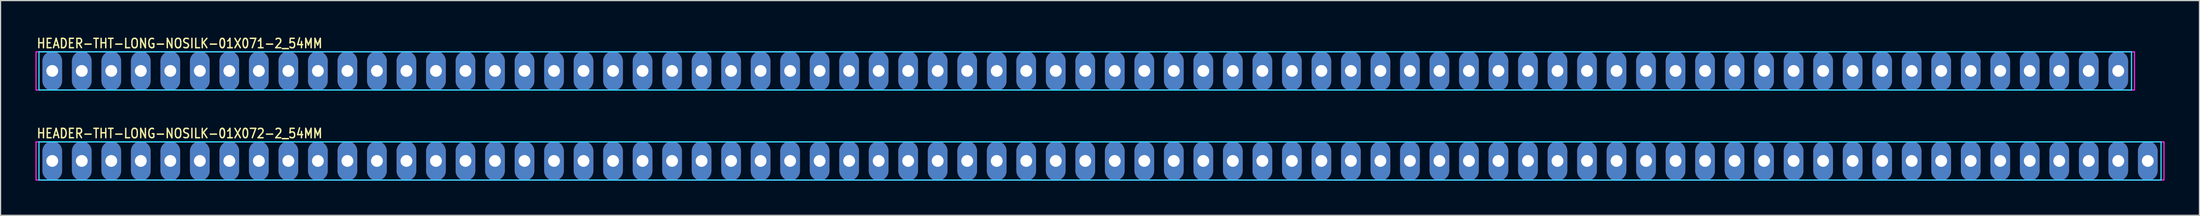
<source format=kicad_pcb>
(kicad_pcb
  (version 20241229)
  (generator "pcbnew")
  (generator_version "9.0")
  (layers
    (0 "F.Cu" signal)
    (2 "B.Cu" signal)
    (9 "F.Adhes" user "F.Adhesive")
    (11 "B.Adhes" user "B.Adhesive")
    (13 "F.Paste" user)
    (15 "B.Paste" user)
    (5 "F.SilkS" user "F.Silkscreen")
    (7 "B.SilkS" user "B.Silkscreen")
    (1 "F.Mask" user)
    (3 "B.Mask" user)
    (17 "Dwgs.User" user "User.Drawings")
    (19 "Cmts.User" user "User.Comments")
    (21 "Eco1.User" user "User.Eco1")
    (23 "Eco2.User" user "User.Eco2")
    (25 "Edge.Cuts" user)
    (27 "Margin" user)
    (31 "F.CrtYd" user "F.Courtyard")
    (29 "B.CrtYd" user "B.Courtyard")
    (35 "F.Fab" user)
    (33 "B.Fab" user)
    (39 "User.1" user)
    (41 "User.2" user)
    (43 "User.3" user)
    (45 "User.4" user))
  (footprint "HEADER-THT-LONG-NOSILK-01X072-2_54MM"
    (layer "F.Cu")
    (at 1.447 10.858)
    (property "Reference" "HEADER-THT-LONG-NOSILK-01X072-2_54MM" (at -1.4 -1.9 0) (unlocked yes) (layer "F.SilkS") (effects (font (size 0.813 0.695) (thickness 0.122)) (justify left bottom)))
    (fp_poly (pts (xy -1.143 -1.651) (xy 181.483 -1.651) (xy 181.483 1.651) (xy -1.143 1.651)) (stroke (width 0.1) (type solid)) (fill no) (layer "B.CrtYd"))
    (fp_poly (pts (xy -1.397 -1.651) (xy 181.737 -1.651) (xy 181.737 1.651) (xy -1.397 1.651)) (stroke (width 0.1) (type solid)) (fill no) (layer "F.CrtYd"))
    (pad "1" thru_hole oval (at 0 0 90) (size 3.387 1.693) (drill 1.016) (layers "*.Cu" "*.Mask"))
    (pad "2" thru_hole oval (at 2.54 0 90) (size 3.387 1.693) (drill 1.016) (layers "*.Cu" "*.Mask"))
    (pad "3" thru_hole oval (at 5.08 0 90) (size 3.387 1.693) (drill 1.016) (layers "*.Cu" "*.Mask"))
    (pad "4" thru_hole oval (at 7.62 0 90) (size 3.387 1.693) (drill 1.016) (layers "*.Cu" "*.Mask"))
    (pad "5" thru_hole oval (at 10.16 0 90) (size 3.387 1.693) (drill 1.016) (layers "*.Cu" "*.Mask"))
    (pad "6" thru_hole oval (at 12.7 0 90) (size 3.387 1.693) (drill 1.016) (layers "*.Cu" "*.Mask"))
    (pad "7" thru_hole oval (at 15.24 0 90) (size 3.387 1.693) (drill 1.016) (layers "*.Cu" "*.Mask"))
    (pad "8" thru_hole oval (at 17.78 0 90) (size 3.387 1.693) (drill 1.016) (layers "*.Cu" "*.Mask"))
    (pad "9" thru_hole oval (at 20.32 0 90) (size 3.387 1.693) (drill 1.016) (layers "*.Cu" "*.Mask"))
    (pad "10" thru_hole oval (at 22.86 0 90) (size 3.387 1.693) (drill 1.016) (layers "*.Cu" "*.Mask"))
    (pad "11" thru_hole oval (at 25.4 0 90) (size 3.387 1.693) (drill 1.016) (layers "*.Cu" "*.Mask"))
    (pad "12" thru_hole oval (at 27.94 0 90) (size 3.387 1.693) (drill 1.016) (layers "*.Cu" "*.Mask"))
    (pad "13" thru_hole oval (at 30.48 0 90) (size 3.387 1.693) (drill 1.016) (layers "*.Cu" "*.Mask"))
    (pad "14" thru_hole oval (at 33.02 0 90) (size 3.387 1.693) (drill 1.016) (layers "*.Cu" "*.Mask"))
    (pad "15" thru_hole oval (at 35.56 0 90) (size 3.387 1.693) (drill 1.016) (layers "*.Cu" "*.Mask"))
    (pad "16" thru_hole oval (at 38.1 0 90) (size 3.387 1.693) (drill 1.016) (layers "*.Cu" "*.Mask"))
    (pad "17" thru_hole oval (at 40.64 0 90) (size 3.387 1.693) (drill 1.016) (layers "*.Cu" "*.Mask"))
    (pad "18" thru_hole oval (at 43.18 0 90) (size 3.387 1.693) (drill 1.016) (layers "*.Cu" "*.Mask"))
    (pad "19" thru_hole oval (at 45.72 0 90) (size 3.387 1.693) (drill 1.016) (layers "*.Cu" "*.Mask"))
    (pad "20" thru_hole oval (at 48.26 0 90) (size 3.387 1.693) (drill 1.016) (layers "*.Cu" "*.Mask"))
    (pad "21" thru_hole oval (at 50.8 0 90) (size 3.387 1.693) (drill 1.016) (layers "*.Cu" "*.Mask"))
    (pad "22" thru_hole oval (at 53.34 0 90) (size 3.387 1.693) (drill 1.016) (layers "*.Cu" "*.Mask"))
    (pad "23" thru_hole oval (at 55.88 0 90) (size 3.387 1.693) (drill 1.016) (layers "*.Cu" "*.Mask"))
    (pad "24" thru_hole oval (at 58.42 0 90) (size 3.387 1.693) (drill 1.016) (layers "*.Cu" "*.Mask"))
    (pad "25" thru_hole oval (at 60.96 0 90) (size 3.387 1.693) (drill 1.016) (layers "*.Cu" "*.Mask"))
    (pad "26" thru_hole oval (at 63.5 0 90) (size 3.387 1.693) (drill 1.016) (layers "*.Cu" "*.Mask"))
    (pad "27" thru_hole oval (at 66.04 0 90) (size 3.387 1.693) (drill 1.016) (layers "*.Cu" "*.Mask"))
    (pad "28" thru_hole oval (at 68.58 0 90) (size 3.387 1.693) (drill 1.016) (layers "*.Cu" "*.Mask"))
    (pad "29" thru_hole oval (at 71.12 0 90) (size 3.387 1.693) (drill 1.016) (layers "*.Cu" "*.Mask"))
    (pad "30" thru_hole oval (at 73.66 0 90) (size 3.387 1.693) (drill 1.016) (layers "*.Cu" "*.Mask"))
    (pad "31" thru_hole oval (at 76.2 0 90) (size 3.387 1.693) (drill 1.016) (layers "*.Cu" "*.Mask"))
    (pad "32" thru_hole oval (at 78.74 0 90) (size 3.387 1.693) (drill 1.016) (layers "*.Cu" "*.Mask"))
    (pad "33" thru_hole oval (at 81.28 0 90) (size 3.387 1.693) (drill 1.016) (layers "*.Cu" "*.Mask"))
    (pad "34" thru_hole oval (at 83.82 0 90) (size 3.387 1.693) (drill 1.016) (layers "*.Cu" "*.Mask"))
    (pad "35" thru_hole oval (at 86.36 0 90) (size 3.387 1.693) (drill 1.016) (layers "*.Cu" "*.Mask"))
    (pad "36" thru_hole oval (at 88.9 0 90) (size 3.387 1.693) (drill 1.016) (layers "*.Cu" "*.Mask"))
    (pad "37" thru_hole oval (at 91.44 0 90) (size 3.387 1.693) (drill 1.016) (layers "*.Cu" "*.Mask"))
    (pad "38" thru_hole oval (at 93.98 0 90) (size 3.387 1.693) (drill 1.016) (layers "*.Cu" "*.Mask"))
    (pad "39" thru_hole oval (at 96.52 0 90) (size 3.387 1.693) (drill 1.016) (layers "*.Cu" "*.Mask"))
    (pad "40" thru_hole oval (at 99.06 0 90) (size 3.387 1.693) (drill 1.016) (layers "*.Cu" "*.Mask"))
    (pad "41" thru_hole oval (at 101.6 0 90) (size 3.387 1.693) (drill 1.016) (layers "*.Cu" "*.Mask"))
    (pad "42" thru_hole oval (at 104.14 0 90) (size 3.387 1.693) (drill 1.016) (layers "*.Cu" "*.Mask"))
    (pad "43" thru_hole oval (at 106.68 0 90) (size 3.387 1.693) (drill 1.016) (layers "*.Cu" "*.Mask"))
    (pad "44" thru_hole oval (at 109.22 0 90) (size 3.387 1.693) (drill 1.016) (layers "*.Cu" "*.Mask"))
    (pad "45" thru_hole oval (at 111.76 0 90) (size 3.387 1.693) (drill 1.016) (layers "*.Cu" "*.Mask"))
    (pad "46" thru_hole oval (at 114.3 0 90) (size 3.387 1.693) (drill 1.016) (layers "*.Cu" "*.Mask"))
    (pad "47" thru_hole oval (at 116.84 0 90) (size 3.387 1.693) (drill 1.016) (layers "*.Cu" "*.Mask"))
    (pad "48" thru_hole oval (at 119.38 0 90) (size 3.387 1.693) (drill 1.016) (layers "*.Cu" "*.Mask"))
    (pad "49" thru_hole oval (at 121.92 0 90) (size 3.387 1.693) (drill 1.016) (layers "*.Cu" "*.Mask"))
    (pad "50" thru_hole oval (at 124.46 0 90) (size 3.387 1.693) (drill 1.016) (layers "*.Cu" "*.Mask"))
    (pad "51" thru_hole oval (at 127 0 90) (size 3.387 1.693) (drill 1.016) (layers "*.Cu" "*.Mask"))
    (pad "52" thru_hole oval (at 129.54 0 90) (size 3.387 1.693) (drill 1.016) (layers "*.Cu" "*.Mask"))
    (pad "53" thru_hole oval (at 132.08 0 90) (size 3.387 1.693) (drill 1.016) (layers "*.Cu" "*.Mask"))
    (pad "54" thru_hole oval (at 134.62 0 90) (size 3.387 1.693) (drill 1.016) (layers "*.Cu" "*.Mask"))
    (pad "55" thru_hole oval (at 137.16 0 90) (size 3.387 1.693) (drill 1.016) (layers "*.Cu" "*.Mask"))
    (pad "56" thru_hole oval (at 139.7 0 90) (size 3.387 1.693) (drill 1.016) (layers "*.Cu" "*.Mask"))
    (pad "57" thru_hole oval (at 142.24 0 90) (size 3.387 1.693) (drill 1.016) (layers "*.Cu" "*.Mask"))
    (pad "58" thru_hole oval (at 144.78 0 90) (size 3.387 1.693) (drill 1.016) (layers "*.Cu" "*.Mask"))
    (pad "59" thru_hole oval (at 147.32 0 90) (size 3.387 1.693) (drill 1.016) (layers "*.Cu" "*.Mask"))
    (pad "60" thru_hole oval (at 149.86 0 90) (size 3.387 1.693) (drill 1.016) (layers "*.Cu" "*.Mask"))
    (pad "61" thru_hole oval (at 152.4 0 90) (size 3.387 1.693) (drill 1.016) (layers "*.Cu" "*.Mask"))
    (pad "62" thru_hole oval (at 154.94 0 90) (size 3.387 1.693) (drill 1.016) (layers "*.Cu" "*.Mask"))
    (pad "63" thru_hole oval (at 157.48 0 90) (size 3.387 1.693) (drill 1.016) (layers "*.Cu" "*.Mask"))
    (pad "64" thru_hole oval (at 160.02 0 90) (size 3.387 1.693) (drill 1.016) (layers "*.Cu" "*.Mask"))
    (pad "65" thru_hole oval (at 162.56 0 90) (size 3.387 1.693) (drill 1.016) (layers "*.Cu" "*.Mask"))
    (pad "66" thru_hole oval (at 165.1 0 90) (size 3.387 1.693) (drill 1.016) (layers "*.Cu" "*.Mask"))
    (pad "67" thru_hole oval (at 167.64 0 90) (size 3.387 1.693) (drill 1.016) (layers "*.Cu" "*.Mask"))
    (pad "68" thru_hole oval (at 170.18 0 90) (size 3.387 1.693) (drill 1.016) (layers "*.Cu" "*.Mask"))
    (pad "69" thru_hole oval (at 172.72 0 90) (size 3.387 1.693) (drill 1.016) (layers "*.Cu" "*.Mask"))
    (pad "70" thru_hole oval (at 175.26 0 90) (size 3.387 1.693) (drill 1.016) (layers "*.Cu" "*.Mask"))
    (pad "71" thru_hole oval (at 177.8 0 90) (size 3.387 1.693) (drill 1.016) (layers "*.Cu" "*.Mask"))
    (pad "72" thru_hole oval (at 180.34 0 90) (size 3.387 1.693) (drill 1.016) (layers "*.Cu" "*.Mask")))
  (footprint "HEADER-THT-LONG-NOSILK-01X071-2_54MM"
    (layer "F.Cu")
    (at 1.447 3.079)
    (property "Reference" "HEADER-THT-LONG-NOSILK-01X071-2_54MM" (at -1.4 -1.9 0) (unlocked yes) (layer "F.SilkS") (effects (font (size 0.813 0.695) (thickness 0.122)) (justify left bottom)))
    (fp_poly (pts (xy -1.143 -1.651) (xy 178.943 -1.651) (xy 178.943 1.651) (xy -1.143 1.651)) (stroke (width 0.1) (type solid)) (fill no) (layer "B.CrtYd"))
    (fp_poly (pts (xy -1.397 -1.651) (xy 179.197 -1.651) (xy 179.197 1.651) (xy -1.397 1.651)) (stroke (width 0.1) (type solid)) (fill no) (layer "F.CrtYd"))
    (pad "1" thru_hole oval (at 0 0 90) (size 3.387 1.693) (drill 1.016) (layers "*.Cu" "*.Mask"))
    (pad "2" thru_hole oval (at 2.54 0 90) (size 3.387 1.693) (drill 1.016) (layers "*.Cu" "*.Mask"))
    (pad "3" thru_hole oval (at 5.08 0 90) (size 3.387 1.693) (drill 1.016) (layers "*.Cu" "*.Mask"))
    (pad "4" thru_hole oval (at 7.62 0 90) (size 3.387 1.693) (drill 1.016) (layers "*.Cu" "*.Mask"))
    (pad "5" thru_hole oval (at 10.16 0 90) (size 3.387 1.693) (drill 1.016) (layers "*.Cu" "*.Mask"))
    (pad "6" thru_hole oval (at 12.7 0 90) (size 3.387 1.693) (drill 1.016) (layers "*.Cu" "*.Mask"))
    (pad "7" thru_hole oval (at 15.24 0 90) (size 3.387 1.693) (drill 1.016) (layers "*.Cu" "*.Mask"))
    (pad "8" thru_hole oval (at 17.78 0 90) (size 3.387 1.693) (drill 1.016) (layers "*.Cu" "*.Mask"))
    (pad "9" thru_hole oval (at 20.32 0 90) (size 3.387 1.693) (drill 1.016) (layers "*.Cu" "*.Mask"))
    (pad "10" thru_hole oval (at 22.86 0 90) (size 3.387 1.693) (drill 1.016) (layers "*.Cu" "*.Mask"))
    (pad "11" thru_hole oval (at 25.4 0 90) (size 3.387 1.693) (drill 1.016) (layers "*.Cu" "*.Mask"))
    (pad "12" thru_hole oval (at 27.94 0 90) (size 3.387 1.693) (drill 1.016) (layers "*.Cu" "*.Mask"))
    (pad "13" thru_hole oval (at 30.48 0 90) (size 3.387 1.693) (drill 1.016) (layers "*.Cu" "*.Mask"))
    (pad "14" thru_hole oval (at 33.02 0 90) (size 3.387 1.693) (drill 1.016) (layers "*.Cu" "*.Mask"))
    (pad "15" thru_hole oval (at 35.56 0 90) (size 3.387 1.693) (drill 1.016) (layers "*.Cu" "*.Mask"))
    (pad "16" thru_hole oval (at 38.1 0 90) (size 3.387 1.693) (drill 1.016) (layers "*.Cu" "*.Mask"))
    (pad "17" thru_hole oval (at 40.64 0 90) (size 3.387 1.693) (drill 1.016) (layers "*.Cu" "*.Mask"))
    (pad "18" thru_hole oval (at 43.18 0 90) (size 3.387 1.693) (drill 1.016) (layers "*.Cu" "*.Mask"))
    (pad "19" thru_hole oval (at 45.72 0 90) (size 3.387 1.693) (drill 1.016) (layers "*.Cu" "*.Mask"))
    (pad "20" thru_hole oval (at 48.26 0 90) (size 3.387 1.693) (drill 1.016) (layers "*.Cu" "*.Mask"))
    (pad "21" thru_hole oval (at 50.8 0 90) (size 3.387 1.693) (drill 1.016) (layers "*.Cu" "*.Mask"))
    (pad "22" thru_hole oval (at 53.34 0 90) (size 3.387 1.693) (drill 1.016) (layers "*.Cu" "*.Mask"))
    (pad "23" thru_hole oval (at 55.88 0 90) (size 3.387 1.693) (drill 1.016) (layers "*.Cu" "*.Mask"))
    (pad "24" thru_hole oval (at 58.42 0 90) (size 3.387 1.693) (drill 1.016) (layers "*.Cu" "*.Mask"))
    (pad "25" thru_hole oval (at 60.96 0 90) (size 3.387 1.693) (drill 1.016) (layers "*.Cu" "*.Mask"))
    (pad "26" thru_hole oval (at 63.5 0 90) (size 3.387 1.693) (drill 1.016) (layers "*.Cu" "*.Mask"))
    (pad "27" thru_hole oval (at 66.04 0 90) (size 3.387 1.693) (drill 1.016) (layers "*.Cu" "*.Mask"))
    (pad "28" thru_hole oval (at 68.58 0 90) (size 3.387 1.693) (drill 1.016) (layers "*.Cu" "*.Mask"))
    (pad "29" thru_hole oval (at 71.12 0 90) (size 3.387 1.693) (drill 1.016) (layers "*.Cu" "*.Mask"))
    (pad "30" thru_hole oval (at 73.66 0 90) (size 3.387 1.693) (drill 1.016) (layers "*.Cu" "*.Mask"))
    (pad "31" thru_hole oval (at 76.2 0 90) (size 3.387 1.693) (drill 1.016) (layers "*.Cu" "*.Mask"))
    (pad "32" thru_hole oval (at 78.74 0 90) (size 3.387 1.693) (drill 1.016) (layers "*.Cu" "*.Mask"))
    (pad "33" thru_hole oval (at 81.28 0 90) (size 3.387 1.693) (drill 1.016) (layers "*.Cu" "*.Mask"))
    (pad "34" thru_hole oval (at 83.82 0 90) (size 3.387 1.693) (drill 1.016) (layers "*.Cu" "*.Mask"))
    (pad "35" thru_hole oval (at 86.36 0 90) (size 3.387 1.693) (drill 1.016) (layers "*.Cu" "*.Mask"))
    (pad "36" thru_hole oval (at 88.9 0 90) (size 3.387 1.693) (drill 1.016) (layers "*.Cu" "*.Mask"))
    (pad "37" thru_hole oval (at 91.44 0 90) (size 3.387 1.693) (drill 1.016) (layers "*.Cu" "*.Mask"))
    (pad "38" thru_hole oval (at 93.98 0 90) (size 3.387 1.693) (drill 1.016) (layers "*.Cu" "*.Mask"))
    (pad "39" thru_hole oval (at 96.52 0 90) (size 3.387 1.693) (drill 1.016) (layers "*.Cu" "*.Mask"))
    (pad "40" thru_hole oval (at 99.06 0 90) (size 3.387 1.693) (drill 1.016) (layers "*.Cu" "*.Mask"))
    (pad "41" thru_hole oval (at 101.6 0 90) (size 3.387 1.693) (drill 1.016) (layers "*.Cu" "*.Mask"))
    (pad "42" thru_hole oval (at 104.14 0 90) (size 3.387 1.693) (drill 1.016) (layers "*.Cu" "*.Mask"))
    (pad "43" thru_hole oval (at 106.68 0 90) (size 3.387 1.693) (drill 1.016) (layers "*.Cu" "*.Mask"))
    (pad "44" thru_hole oval (at 109.22 0 90) (size 3.387 1.693) (drill 1.016) (layers "*.Cu" "*.Mask"))
    (pad "45" thru_hole oval (at 111.76 0 90) (size 3.387 1.693) (drill 1.016) (layers "*.Cu" "*.Mask"))
    (pad "46" thru_hole oval (at 114.3 0 90) (size 3.387 1.693) (drill 1.016) (layers "*.Cu" "*.Mask"))
    (pad "47" thru_hole oval (at 116.84 0 90) (size 3.387 1.693) (drill 1.016) (layers "*.Cu" "*.Mask"))
    (pad "48" thru_hole oval (at 119.38 0 90) (size 3.387 1.693) (drill 1.016) (layers "*.Cu" "*.Mask"))
    (pad "49" thru_hole oval (at 121.92 0 90) (size 3.387 1.693) (drill 1.016) (layers "*.Cu" "*.Mask"))
    (pad "50" thru_hole oval (at 124.46 0 90) (size 3.387 1.693) (drill 1.016) (layers "*.Cu" "*.Mask"))
    (pad "51" thru_hole oval (at 127 0 90) (size 3.387 1.693) (drill 1.016) (layers "*.Cu" "*.Mask"))
    (pad "52" thru_hole oval (at 129.54 0 90) (size 3.387 1.693) (drill 1.016) (layers "*.Cu" "*.Mask"))
    (pad "53" thru_hole oval (at 132.08 0 90) (size 3.387 1.693) (drill 1.016) (layers "*.Cu" "*.Mask"))
    (pad "54" thru_hole oval (at 134.62 0 90) (size 3.387 1.693) (drill 1.016) (layers "*.Cu" "*.Mask"))
    (pad "55" thru_hole oval (at 137.16 0 90) (size 3.387 1.693) (drill 1.016) (layers "*.Cu" "*.Mask"))
    (pad "56" thru_hole oval (at 139.7 0 90) (size 3.387 1.693) (drill 1.016) (layers "*.Cu" "*.Mask"))
    (pad "57" thru_hole oval (at 142.24 0 90) (size 3.387 1.693) (drill 1.016) (layers "*.Cu" "*.Mask"))
    (pad "58" thru_hole oval (at 144.78 0 90) (size 3.387 1.693) (drill 1.016) (layers "*.Cu" "*.Mask"))
    (pad "59" thru_hole oval (at 147.32 0 90) (size 3.387 1.693) (drill 1.016) (layers "*.Cu" "*.Mask"))
    (pad "60" thru_hole oval (at 149.86 0 90) (size 3.387 1.693) (drill 1.016) (layers "*.Cu" "*.Mask"))
    (pad "61" thru_hole oval (at 152.4 0 90) (size 3.387 1.693) (drill 1.016) (layers "*.Cu" "*.Mask"))
    (pad "62" thru_hole oval (at 154.94 0 90) (size 3.387 1.693) (drill 1.016) (layers "*.Cu" "*.Mask"))
    (pad "63" thru_hole oval (at 157.48 0 90) (size 3.387 1.693) (drill 1.016) (layers "*.Cu" "*.Mask"))
    (pad "64" thru_hole oval (at 160.02 0 90) (size 3.387 1.693) (drill 1.016) (layers "*.Cu" "*.Mask"))
    (pad "65" thru_hole oval (at 162.56 0 90) (size 3.387 1.693) (drill 1.016) (layers "*.Cu" "*.Mask"))
    (pad "66" thru_hole oval (at 165.1 0 90) (size 3.387 1.693) (drill 1.016) (layers "*.Cu" "*.Mask"))
    (pad "67" thru_hole oval (at 167.64 0 90) (size 3.387 1.693) (drill 1.016) (layers "*.Cu" "*.Mask"))
    (pad "68" thru_hole oval (at 170.18 0 90) (size 3.387 1.693) (drill 1.016) (layers "*.Cu" "*.Mask"))
    (pad "69" thru_hole oval (at 172.72 0 90) (size 3.387 1.693) (drill 1.016) (layers "*.Cu" "*.Mask"))
    (pad "70" thru_hole oval (at 175.26 0 90) (size 3.387 1.693) (drill 1.016) (layers "*.Cu" "*.Mask"))
    (pad "71" thru_hole oval (at 177.8 0 90) (size 3.387 1.693) (drill 1.016) (layers "*.Cu" "*.Mask")))
  (gr_rect
    (start -3 -3)
    (end 186.234 15.559)
    (stroke (width 0.1) (type default))
    (fill no)
    (layer "Edge.Cuts")))
</source>
